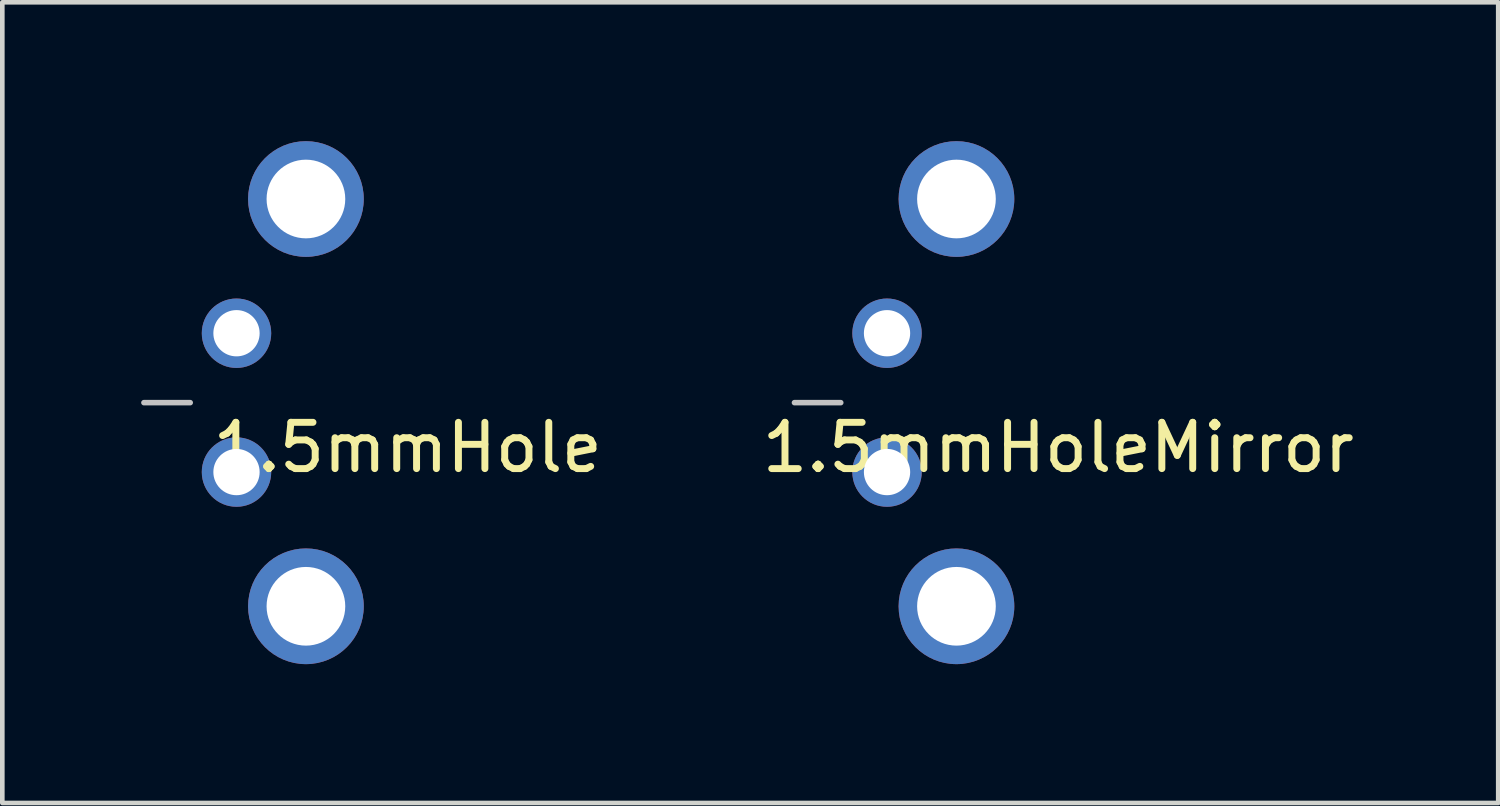
<source format=kicad_pcb>
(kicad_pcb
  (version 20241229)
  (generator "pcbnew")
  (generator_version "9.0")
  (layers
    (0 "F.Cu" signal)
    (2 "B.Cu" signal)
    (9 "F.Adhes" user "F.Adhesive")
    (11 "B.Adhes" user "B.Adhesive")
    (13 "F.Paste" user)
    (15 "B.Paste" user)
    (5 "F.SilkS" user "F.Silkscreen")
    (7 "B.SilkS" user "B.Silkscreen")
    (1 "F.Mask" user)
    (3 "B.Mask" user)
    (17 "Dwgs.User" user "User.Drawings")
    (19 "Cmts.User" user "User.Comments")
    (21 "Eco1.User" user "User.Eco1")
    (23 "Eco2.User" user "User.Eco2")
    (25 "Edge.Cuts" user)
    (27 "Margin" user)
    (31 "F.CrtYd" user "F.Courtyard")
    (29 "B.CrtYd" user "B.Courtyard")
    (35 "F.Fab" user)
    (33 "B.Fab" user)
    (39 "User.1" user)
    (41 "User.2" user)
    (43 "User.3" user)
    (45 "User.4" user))
  (footprint "1.5mmHoleMirror"
    (layer "F.Cu")
    (at 24.116 5.65)
    (property "Reference" "1.5mmHoleMirror" (at -4.3 0.97 0) (layer "F.SilkS") (effects (font (size 1 1) (thickness 0.15))))
    (attr through_hole)
    (fp_line (start -10 0) (end -9 0) (stroke (width 0.12) (type solid)) (layer "Dwgs.User"))
    (pad "1" thru_hole circle (at -6.5 4.4) (size 2.5 2.5) (drill 1.7) (layers "*.Cu" "*.Mask"))
    (pad "2" thru_hole circle (at -6.5 -4.4) (size 2.5 2.5) (drill 1.7) (layers "*.Cu" "*.Mask"))
    (pad "3" thru_hole circle (at -8 1.5) (size 1.5 1.5) (drill 1) (layers "*.Cu" "*.Mask"))
    (pad "4" thru_hole circle (at -8 -1.5) (size 1.5 1.5) (drill 1) (layers "*.Cu" "*.Mask")))
  (footprint "1.5mmHole"
    (layer "F.Cu")
    (at 10.06 5.65)
    (property "Reference" "1.5mmHole" (at -4.3 0.97 0) (layer "F.SilkS") (effects (font (size 1 1) (thickness 0.15))))
    (attr through_hole)
    (fp_line (start -10 0) (end -9 0) (stroke (width 0.12) (type solid)) (layer "Dwgs.User"))
    (pad "1" thru_hole circle (at -6.5 -4.4) (size 2.5 2.5) (drill 1.7) (layers "*.Cu" "*.Mask"))
    (pad "2" thru_hole circle (at -6.5 4.4) (size 2.5 2.5) (drill 1.7) (layers "*.Cu" "*.Mask"))
    (pad "3" thru_hole circle (at -8 -1.5) (size 1.5 1.5) (drill 1) (layers "*.Cu" "*.Mask"))
    (pad "4" thru_hole circle (at -8 1.5) (size 1.5 1.5) (drill 1) (layers "*.Cu" "*.Mask")))
  (gr_rect
    (start -3 -3)
    (end 29.322 14.3)
    (stroke (width 0.1) (type default))
    (fill no)
    (layer "Edge.Cuts")))
</source>
